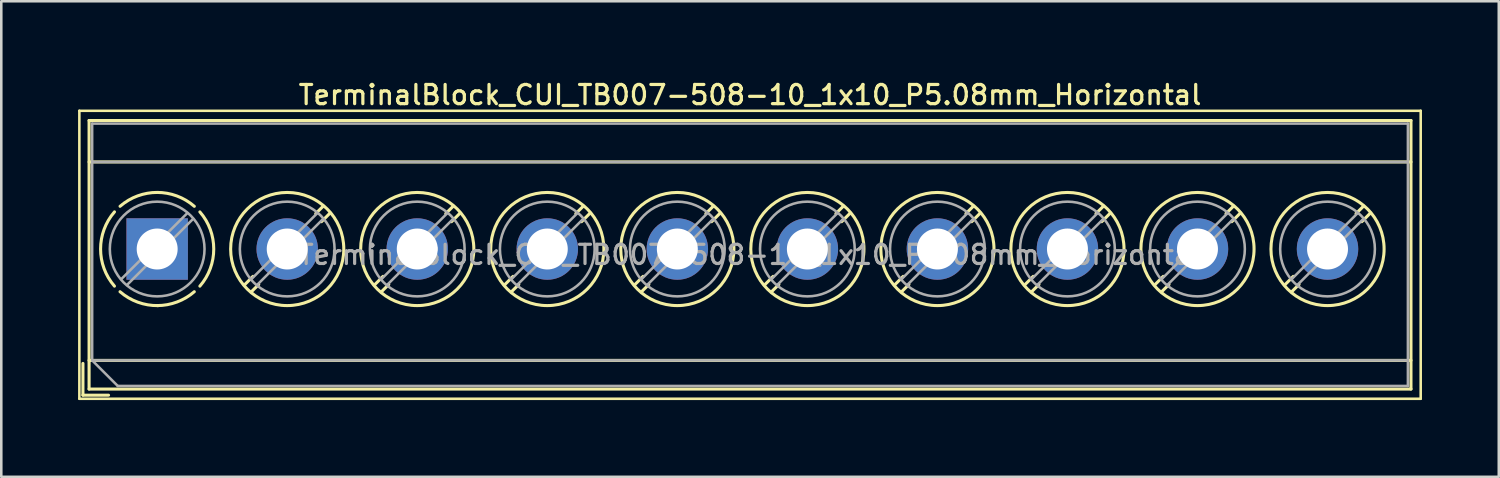
<source format=kicad_pcb>
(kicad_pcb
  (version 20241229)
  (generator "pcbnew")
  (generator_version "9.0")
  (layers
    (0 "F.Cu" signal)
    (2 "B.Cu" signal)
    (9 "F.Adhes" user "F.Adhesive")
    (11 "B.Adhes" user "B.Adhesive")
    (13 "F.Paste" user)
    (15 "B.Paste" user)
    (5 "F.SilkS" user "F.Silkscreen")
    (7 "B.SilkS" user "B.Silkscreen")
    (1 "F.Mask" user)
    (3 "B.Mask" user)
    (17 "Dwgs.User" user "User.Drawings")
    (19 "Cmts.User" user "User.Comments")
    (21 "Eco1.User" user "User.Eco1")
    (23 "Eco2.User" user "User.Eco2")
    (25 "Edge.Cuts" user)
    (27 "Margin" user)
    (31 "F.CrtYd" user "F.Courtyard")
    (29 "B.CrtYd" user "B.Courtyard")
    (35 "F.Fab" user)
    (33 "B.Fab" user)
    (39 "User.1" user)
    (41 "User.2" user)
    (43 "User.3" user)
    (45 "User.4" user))
  (footprint "TerminalBlock_CUI_TB007-508-10_1x10_P5.08mm_Horizontal"
    (layer "F.Cu")
    (at 3.09 6.678)
    (property "Reference" "TerminalBlock_CUI_TB007-508-10_1x10_P5.08mm_Horizontal" (at 23.16 -6.02 0) (layer "F.SilkS") (effects (font (size 0.75 0.75) (thickness 0.125))))
    (attr through_hole)
    (fp_line (start -3.04 -5.4) (end -3.04 5.85) (stroke (width 0.1) (type solid)) (layer "F.SilkS"))
    (fp_line (start -3.04 5.85) (end 49.36 5.85) (stroke (width 0.1) (type solid)) (layer "F.SilkS"))
    (fp_line (start -2.9 4.47) (end -2.9 5.71) (stroke (width 0.12) (type solid)) (layer "F.SilkS"))
    (fp_line (start -2.9 5.71) (end -1.9 5.71) (stroke (width 0.12) (type solid)) (layer "F.SilkS"))
    (fp_line (start -2.66 -5.02) (end -2.66 5.47) (stroke (width 0.12) (type solid)) (layer "F.SilkS"))
    (fp_line (start -2.66 -5.02) (end 48.98 -5.02) (stroke (width 0.12) (type solid)) (layer "F.SilkS"))
    (fp_line (start -2.66 -3.401) (end 48.98 -3.401) (stroke (width 0.12) (type solid)) (layer "F.SilkS"))
    (fp_line (start -2.66 4.35) (end 48.98 4.35) (stroke (width 0.12) (type solid)) (layer "F.SilkS"))
    (fp_line (start -2.66 5.47) (end 48.98 5.47) (stroke (width 0.12) (type solid)) (layer "F.SilkS"))
    (fp_line (start 3.743 1.068) (end 3.404 1.407) (stroke (width 0.12) (type solid)) (layer "F.SilkS"))
    (fp_line (start 3.967 1.384) (end 3.674 1.676) (stroke (width 0.12) (type solid)) (layer "F.SilkS"))
    (fp_line (start 6.487 -1.676) (end 6.194 -1.384) (stroke (width 0.12) (type solid)) (layer "F.SilkS"))
    (fp_line (start 6.757 -1.407) (end 6.418 -1.068) (stroke (width 0.12) (type solid)) (layer "F.SilkS"))
    (fp_line (start 8.823 1.068) (end 8.484 1.407) (stroke (width 0.12) (type solid)) (layer "F.SilkS"))
    (fp_line (start 9.047 1.384) (end 8.754 1.676) (stroke (width 0.12) (type solid)) (layer "F.SilkS"))
    (fp_line (start 11.567 -1.676) (end 11.274 -1.384) (stroke (width 0.12) (type solid)) (layer "F.SilkS"))
    (fp_line (start 11.837 -1.407) (end 11.498 -1.068) (stroke (width 0.12) (type solid)) (layer "F.SilkS"))
    (fp_line (start 13.903 1.068) (end 13.564 1.407) (stroke (width 0.12) (type solid)) (layer "F.SilkS"))
    (fp_line (start 14.127 1.384) (end 13.834 1.676) (stroke (width 0.12) (type solid)) (layer "F.SilkS"))
    (fp_line (start 16.647 -1.676) (end 16.354 -1.384) (stroke (width 0.12) (type solid)) (layer "F.SilkS"))
    (fp_line (start 16.917 -1.407) (end 16.578 -1.068) (stroke (width 0.12) (type solid)) (layer "F.SilkS"))
    (fp_line (start 18.983 1.068) (end 18.644 1.407) (stroke (width 0.12) (type solid)) (layer "F.SilkS"))
    (fp_line (start 19.207 1.384) (end 18.914 1.676) (stroke (width 0.12) (type solid)) (layer "F.SilkS"))
    (fp_line (start 21.727 -1.676) (end 21.434 -1.384) (stroke (width 0.12) (type solid)) (layer "F.SilkS"))
    (fp_line (start 21.997 -1.407) (end 21.658 -1.068) (stroke (width 0.12) (type solid)) (layer "F.SilkS"))
    (fp_line (start 24.063 1.068) (end 23.724 1.407) (stroke (width 0.12) (type solid)) (layer "F.SilkS"))
    (fp_line (start 24.287 1.384) (end 23.994 1.676) (stroke (width 0.12) (type solid)) (layer "F.SilkS"))
    (fp_line (start 26.807 -1.676) (end 26.514 -1.384) (stroke (width 0.12) (type solid)) (layer "F.SilkS"))
    (fp_line (start 27.077 -1.407) (end 26.738 -1.068) (stroke (width 0.12) (type solid)) (layer "F.SilkS"))
    (fp_line (start 29.143 1.068) (end 28.804 1.407) (stroke (width 0.12) (type solid)) (layer "F.SilkS"))
    (fp_line (start 29.367 1.384) (end 29.074 1.676) (stroke (width 0.12) (type solid)) (layer "F.SilkS"))
    (fp_line (start 31.887 -1.676) (end 31.594 -1.384) (stroke (width 0.12) (type solid)) (layer "F.SilkS"))
    (fp_line (start 32.157 -1.407) (end 31.818 -1.068) (stroke (width 0.12) (type solid)) (layer "F.SilkS"))
    (fp_line (start 34.223 1.068) (end 33.884 1.407) (stroke (width 0.12) (type solid)) (layer "F.SilkS"))
    (fp_line (start 34.447 1.384) (end 34.154 1.676) (stroke (width 0.12) (type solid)) (layer "F.SilkS"))
    (fp_line (start 36.967 -1.676) (end 36.674 -1.384) (stroke (width 0.12) (type solid)) (layer "F.SilkS"))
    (fp_line (start 37.237 -1.407) (end 36.898 -1.068) (stroke (width 0.12) (type solid)) (layer "F.SilkS"))
    (fp_line (start 39.303 1.068) (end 38.964 1.407) (stroke (width 0.12) (type solid)) (layer "F.SilkS"))
    (fp_line (start 39.527 1.384) (end 39.234 1.676) (stroke (width 0.12) (type solid)) (layer "F.SilkS"))
    (fp_line (start 42.047 -1.676) (end 41.754 -1.384) (stroke (width 0.12) (type solid)) (layer "F.SilkS"))
    (fp_line (start 42.317 -1.407) (end 41.978 -1.068) (stroke (width 0.12) (type solid)) (layer "F.SilkS"))
    (fp_line (start 44.383 1.068) (end 44.044 1.407) (stroke (width 0.12) (type solid)) (layer "F.SilkS"))
    (fp_line (start 44.607 1.384) (end 44.314 1.676) (stroke (width 0.12) (type solid)) (layer "F.SilkS"))
    (fp_line (start 47.127 -1.676) (end 46.834 -1.384) (stroke (width 0.12) (type solid)) (layer "F.SilkS"))
    (fp_line (start 47.397 -1.407) (end 47.058 -1.068) (stroke (width 0.12) (type solid)) (layer "F.SilkS"))
    (fp_line (start 48.98 -5.02) (end 48.98 5.47) (stroke (width 0.12) (type solid)) (layer "F.SilkS"))
    (fp_line (start 49.36 -5.4) (end -3.04 -5.4) (stroke (width 0.1) (type solid)) (layer "F.SilkS"))
    (fp_line (start 49.36 5.85) (end 49.36 -5.4) (stroke (width 0.1) (type solid)) (layer "F.SilkS"))
    (fp_arc (start -1.66902 1.449827) (mid -2.210797 -0.000777) (end -1.668 -1.451) (stroke (width 0.12) (type solid)) (layer "F.SilkS"))
    (fp_arc (start -1.449827 -1.66902) (mid 0.000777 -2.210797) (end 1.451 -1.668) (stroke (width 0.12) (type solid)) (layer "F.SilkS"))
    (fp_arc (start 0.037807 2.210474) (mid -0.756867 2.077204) (end -1.451 1.668) (stroke (width 0.12) (type solid)) (layer "F.SilkS"))
    (fp_arc (start 1.44989 1.667908) (mid 0.773958 2.070046) (end 0 2.21) (stroke (width 0.12) (type solid)) (layer "F.SilkS"))
    (fp_arc (start 1.668029 -1.449966) (mid 2.210141 0.000022) (end 1.668 1.45) (stroke (width 0.12) (type solid)) (layer "F.SilkS"))
    (fp_circle (center 5.08 0) (end 7.29 0) (stroke (width 0.12) (type solid)) (fill no) (layer "F.SilkS"))
    (fp_circle (center 10.16 0) (end 12.37 0) (stroke (width 0.12) (type solid)) (fill no) (layer "F.SilkS"))
    (fp_circle (center 15.24 0) (end 17.45 0) (stroke (width 0.12) (type solid)) (fill no) (layer "F.SilkS"))
    (fp_circle (center 20.32 0) (end 22.53 0) (stroke (width 0.12) (type solid)) (fill no) (layer "F.SilkS"))
    (fp_circle (center 25.4 0) (end 27.61 0) (stroke (width 0.12) (type solid)) (fill no) (layer "F.SilkS"))
    (fp_circle (center 30.48 0) (end 32.69 0) (stroke (width 0.12) (type solid)) (fill no) (layer "F.SilkS"))
    (fp_circle (center 35.56 0) (end 37.77 0) (stroke (width 0.12) (type solid)) (fill no) (layer "F.SilkS"))
    (fp_circle (center 40.64 0) (end 42.85 0) (stroke (width 0.12) (type solid)) (fill no) (layer "F.SilkS"))
    (fp_circle (center 45.72 0) (end 47.93 0) (stroke (width 0.12) (type solid)) (fill no) (layer "F.SilkS"))
    (fp_line (start -2.54 -4.9) (end 48.86 -4.9) (stroke (width 0.1) (type solid)) (layer "F.Fab"))
    (fp_line (start -2.54 -3.4) (end 48.86 -3.4) (stroke (width 0.1) (type solid)) (layer "F.Fab"))
    (fp_line (start -2.54 4.35) (end -2.54 -4.9) (stroke (width 0.1) (type solid)) (layer "F.Fab"))
    (fp_line (start -2.54 4.35) (end 48.86 4.35) (stroke (width 0.1) (type solid)) (layer "F.Fab"))
    (fp_line (start -1.54 5.35) (end -2.54 4.35) (stroke (width 0.1) (type solid)) (layer "F.Fab"))
    (fp_line (start 1.178 -1.403) (end -1.404 1.178) (stroke (width 0.1) (type solid)) (layer "F.Fab"))
    (fp_line (start 1.404 -1.178) (end -1.178 1.403) (stroke (width 0.1) (type solid)) (layer "F.Fab"))
    (fp_line (start 6.258 -1.403) (end 3.677 1.178) (stroke (width 0.1) (type solid)) (layer "F.Fab"))
    (fp_line (start 6.484 -1.178) (end 3.903 1.403) (stroke (width 0.1) (type solid)) (layer "F.Fab"))
    (fp_line (start 11.338 -1.403) (end 8.757 1.178) (stroke (width 0.1) (type solid)) (layer "F.Fab"))
    (fp_line (start 11.564 -1.178) (end 8.983 1.403) (stroke (width 0.1) (type solid)) (layer "F.Fab"))
    (fp_line (start 16.418 -1.403) (end 13.837 1.178) (stroke (width 0.1) (type solid)) (layer "F.Fab"))
    (fp_line (start 16.644 -1.178) (end 14.063 1.403) (stroke (width 0.1) (type solid)) (layer "F.Fab"))
    (fp_line (start 21.498 -1.403) (end 18.917 1.178) (stroke (width 0.1) (type solid)) (layer "F.Fab"))
    (fp_line (start 21.724 -1.178) (end 19.143 1.403) (stroke (width 0.1) (type solid)) (layer "F.Fab"))
    (fp_line (start 26.578 -1.403) (end 23.997 1.178) (stroke (width 0.1) (type solid)) (layer "F.Fab"))
    (fp_line (start 26.804 -1.178) (end 24.223 1.403) (stroke (width 0.1) (type solid)) (layer "F.Fab"))
    (fp_line (start 31.658 -1.403) (end 29.077 1.178) (stroke (width 0.1) (type solid)) (layer "F.Fab"))
    (fp_line (start 31.884 -1.178) (end 29.303 1.403) (stroke (width 0.1) (type solid)) (layer "F.Fab"))
    (fp_line (start 36.738 -1.403) (end 34.157 1.178) (stroke (width 0.1) (type solid)) (layer "F.Fab"))
    (fp_line (start 36.964 -1.178) (end 34.383 1.403) (stroke (width 0.1) (type solid)) (layer "F.Fab"))
    (fp_line (start 41.818 -1.403) (end 39.237 1.178) (stroke (width 0.1) (type solid)) (layer "F.Fab"))
    (fp_line (start 42.044 -1.178) (end 39.463 1.403) (stroke (width 0.1) (type solid)) (layer "F.Fab"))
    (fp_line (start 46.898 -1.403) (end 44.317 1.178) (stroke (width 0.1) (type solid)) (layer "F.Fab"))
    (fp_line (start 47.124 -1.178) (end 44.543 1.403) (stroke (width 0.1) (type solid)) (layer "F.Fab"))
    (fp_line (start 48.86 -4.9) (end 48.86 5.35) (stroke (width 0.1) (type solid)) (layer "F.Fab"))
    (fp_line (start 48.86 5.35) (end -1.54 5.35) (stroke (width 0.1) (type solid)) (layer "F.Fab"))
    (fp_circle (center 0 0) (end 1.85 0) (stroke (width 0.1) (type solid)) (fill no) (layer "F.Fab"))
    (fp_circle (center 5.08 0) (end 6.93 0) (stroke (width 0.1) (type solid)) (fill no) (layer "F.Fab"))
    (fp_circle (center 10.16 0) (end 12.01 0) (stroke (width 0.1) (type solid)) (fill no) (layer "F.Fab"))
    (fp_circle (center 15.24 0) (end 17.09 0) (stroke (width 0.1) (type solid)) (fill no) (layer "F.Fab"))
    (fp_circle (center 20.32 0) (end 22.17 0) (stroke (width 0.1) (type solid)) (fill no) (layer "F.Fab"))
    (fp_circle (center 25.4 0) (end 27.25 0) (stroke (width 0.1) (type solid)) (fill no) (layer "F.Fab"))
    (fp_circle (center 30.48 0) (end 32.33 0) (stroke (width 0.1) (type solid)) (fill no) (layer "F.Fab"))
    (fp_circle (center 35.56 0) (end 37.41 0) (stroke (width 0.1) (type solid)) (fill no) (layer "F.Fab"))
    (fp_circle (center 40.64 0) (end 42.49 0) (stroke (width 0.1) (type solid)) (fill no) (layer "F.Fab"))
    (fp_circle (center 45.72 0) (end 47.57 0) (stroke (width 0.1) (type solid)) (fill no) (layer "F.Fab"))
    (fp_text user "${REFERENCE}" (at 23.16 0.225 0) (layer "F.Fab") (effects (font (size 0.75 0.75) (thickness 0.125))))
    (pad "1" thru_hole rect (at 0 0) (size 2.4 2.4) (drill 1.6) (layers "*.Cu" "*.Mask"))
    (pad "2" thru_hole circle (at 5.08 0) (size 2.4 2.4) (drill 1.6) (layers "*.Cu" "*.Mask"))
    (pad "3" thru_hole circle (at 10.16 0) (size 2.4 2.4) (drill 1.6) (layers "*.Cu" "*.Mask"))
    (pad "4" thru_hole circle (at 15.24 0) (size 2.4 2.4) (drill 1.6) (layers "*.Cu" "*.Mask"))
    (pad "5" thru_hole circle (at 20.32 0) (size 2.4 2.4) (drill 1.6) (layers "*.Cu" "*.Mask"))
    (pad "6" thru_hole circle (at 25.4 0) (size 2.4 2.4) (drill 1.6) (layers "*.Cu" "*.Mask"))
    (pad "7" thru_hole circle (at 30.48 0) (size 2.4 2.4) (drill 1.6) (layers "*.Cu" "*.Mask"))
    (pad "8" thru_hole circle (at 35.56 0) (size 2.4 2.4) (drill 1.6) (layers "*.Cu" "*.Mask"))
    (pad "9" thru_hole circle (at 40.64 0) (size 2.4 2.4) (drill 1.6) (layers "*.Cu" "*.Mask"))
    (pad "10" thru_hole circle (at 45.72 0) (size 2.4 2.4) (drill 1.6) (layers "*.Cu" "*.Mask")))
  (gr_rect
    (start -3 -3)
    (end 55.5 15.578)
    (stroke (width 0.1) (type default))
    (fill no)
    (layer "Edge.Cuts")))
</source>
